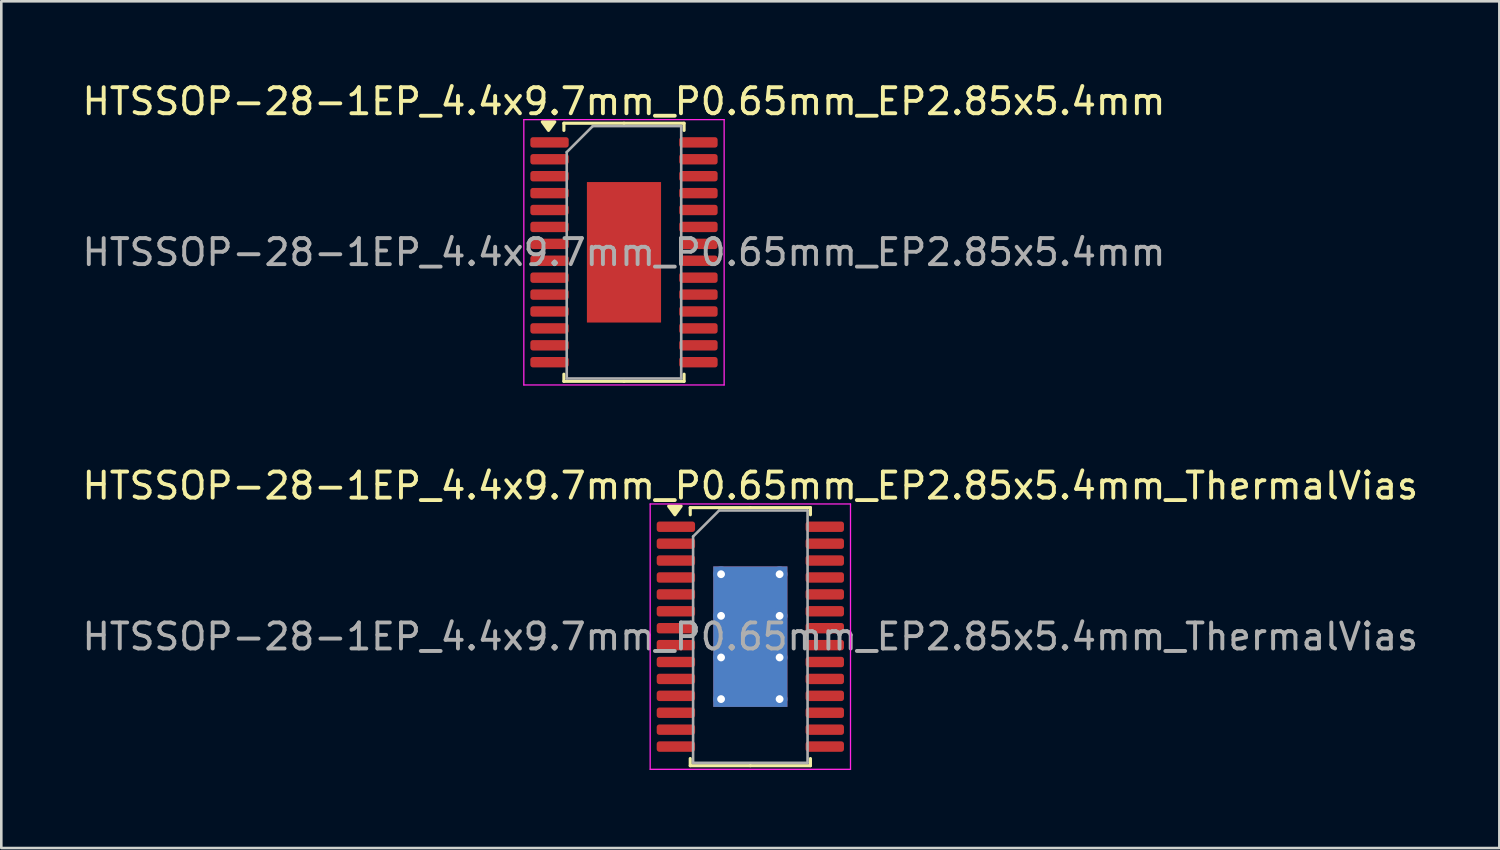
<source format=kicad_pcb>
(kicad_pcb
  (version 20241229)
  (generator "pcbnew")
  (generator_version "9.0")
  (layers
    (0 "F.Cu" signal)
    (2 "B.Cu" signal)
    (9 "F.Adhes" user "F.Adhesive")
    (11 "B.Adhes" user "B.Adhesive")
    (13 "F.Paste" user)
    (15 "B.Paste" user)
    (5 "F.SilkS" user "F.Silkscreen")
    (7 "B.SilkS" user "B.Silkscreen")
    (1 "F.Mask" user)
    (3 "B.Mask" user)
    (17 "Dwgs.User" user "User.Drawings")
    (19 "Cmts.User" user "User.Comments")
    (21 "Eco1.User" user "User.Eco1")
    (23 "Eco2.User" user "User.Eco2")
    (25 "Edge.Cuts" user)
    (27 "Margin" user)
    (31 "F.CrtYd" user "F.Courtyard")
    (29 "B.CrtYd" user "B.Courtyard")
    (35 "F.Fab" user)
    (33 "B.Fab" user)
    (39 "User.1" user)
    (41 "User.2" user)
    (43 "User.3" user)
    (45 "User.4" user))
  (footprint "HTSSOP-28-1EP_4.4x9.7mm_P0.65mm_EP2.85x5.4mm_ThermalVias"
    (layer "F.Cu")
    (at 25.792 21.422)
    (property "Reference" "HTSSOP-28-1EP_4.4x9.7mm_P0.65mm_EP2.85x5.4mm_ThermalVias" (at 0 -5.8 0) (layer "F.SilkS") (effects (font (size 1 1) (thickness 0.15))))
    (attr smd)
    (fp_line (start -2.31 -4.96) (end -2.31 -4.685) (stroke (width 0.12) (type solid)) (layer "F.SilkS"))
    (fp_line (start -2.31 4.96) (end -2.31 4.685) (stroke (width 0.12) (type solid)) (layer "F.SilkS"))
    (fp_line (start 0 -4.96) (end -2.31 -4.96) (stroke (width 0.12) (type solid)) (layer "F.SilkS"))
    (fp_line (start 0 -4.96) (end 2.31 -4.96) (stroke (width 0.12) (type solid)) (layer "F.SilkS"))
    (fp_line (start 0 4.96) (end -2.31 4.96) (stroke (width 0.12) (type solid)) (layer "F.SilkS"))
    (fp_line (start 0 4.96) (end 2.31 4.96) (stroke (width 0.12) (type solid)) (layer "F.SilkS"))
    (fp_line (start 2.31 -4.96) (end 2.31 -4.685) (stroke (width 0.12) (type solid)) (layer "F.SilkS"))
    (fp_line (start 2.31 4.96) (end 2.31 4.685) (stroke (width 0.12) (type solid)) (layer "F.SilkS"))
    (fp_poly (pts (xy -2.9 -4.685) (xy -3.14 -5.015) (xy -2.66 -5.015) (xy -2.9 -4.685)) (stroke (width 0.12) (type solid)) (fill yes) (layer "F.SilkS"))
    (fp_line (start -3.85 -5.1) (end -3.85 5.1) (stroke (width 0.05) (type solid)) (layer "F.CrtYd"))
    (fp_line (start -3.85 5.1) (end 3.85 5.1) (stroke (width 0.05) (type solid)) (layer "F.CrtYd"))
    (fp_line (start 3.85 -5.1) (end -3.85 -5.1) (stroke (width 0.05) (type solid)) (layer "F.CrtYd"))
    (fp_line (start 3.85 5.1) (end 3.85 -5.1) (stroke (width 0.05) (type solid)) (layer "F.CrtYd"))
    (fp_line (start -2.2 -3.85) (end -1.2 -4.85) (stroke (width 0.1) (type solid)) (layer "F.Fab"))
    (fp_line (start -2.2 4.85) (end -2.2 -3.85) (stroke (width 0.1) (type solid)) (layer "F.Fab"))
    (fp_line (start -1.2 -4.85) (end 2.2 -4.85) (stroke (width 0.1) (type solid)) (layer "F.Fab"))
    (fp_line (start 2.2 -4.85) (end 2.2 4.85) (stroke (width 0.1) (type solid)) (layer "F.Fab"))
    (fp_line (start 2.2 4.85) (end -2.2 4.85) (stroke (width 0.1) (type solid)) (layer "F.Fab"))
    (fp_text user "${REFERENCE}" (at 0 0 0) (layer "F.Fab") (effects (font (size 1 1) (thickness 0.15))))
    (pad "" smd roundrect (at 0 -1.8) (size 2.3 1.45) (layers "F.Paste") (roundrect_rratio 0.172))
    (pad "" smd roundrect (at 0 0) (size 2.3 1.45) (layers "F.Paste") (roundrect_rratio 0.172))
    (pad "" smd roundrect (at 0 1.8) (size 2.3 1.45) (layers "F.Paste") (roundrect_rratio 0.172))
    (pad "1" smd roundrect (at -2.862 -4.225) (size 1.475 0.4) (layers "F.Cu" "F.Mask" "F.Paste") (roundrect_rratio 0.25))
    (pad "2" smd roundrect (at -2.862 -3.575) (size 1.475 0.4) (layers "F.Cu" "F.Mask" "F.Paste") (roundrect_rratio 0.25))
    (pad "3" smd roundrect (at -2.862 -2.925) (size 1.475 0.4) (layers "F.Cu" "F.Mask" "F.Paste") (roundrect_rratio 0.25))
    (pad "4" smd roundrect (at -2.862 -2.275) (size 1.475 0.4) (layers "F.Cu" "F.Mask" "F.Paste") (roundrect_rratio 0.25))
    (pad "5" smd roundrect (at -2.862 -1.625) (size 1.475 0.4) (layers "F.Cu" "F.Mask" "F.Paste") (roundrect_rratio 0.25))
    (pad "6" smd roundrect (at -2.862 -0.975) (size 1.475 0.4) (layers "F.Cu" "F.Mask" "F.Paste") (roundrect_rratio 0.25))
    (pad "7" smd roundrect (at -2.862 -0.325) (size 1.475 0.4) (layers "F.Cu" "F.Mask" "F.Paste") (roundrect_rratio 0.25))
    (pad "8" smd roundrect (at -2.862 0.325) (size 1.475 0.4) (layers "F.Cu" "F.Mask" "F.Paste") (roundrect_rratio 0.25))
    (pad "9" smd roundrect (at -2.862 0.975) (size 1.475 0.4) (layers "F.Cu" "F.Mask" "F.Paste") (roundrect_rratio 0.25))
    (pad "10" smd roundrect (at -2.862 1.625) (size 1.475 0.4) (layers "F.Cu" "F.Mask" "F.Paste") (roundrect_rratio 0.25))
    (pad "11" smd roundrect (at -2.862 2.275) (size 1.475 0.4) (layers "F.Cu" "F.Mask" "F.Paste") (roundrect_rratio 0.25))
    (pad "12" smd roundrect (at -2.862 2.925) (size 1.475 0.4) (layers "F.Cu" "F.Mask" "F.Paste") (roundrect_rratio 0.25))
    (pad "13" smd roundrect (at -2.862 3.575) (size 1.475 0.4) (layers "F.Cu" "F.Mask" "F.Paste") (roundrect_rratio 0.25))
    (pad "14" smd roundrect (at -2.862 4.225) (size 1.475 0.4) (layers "F.Cu" "F.Mask" "F.Paste") (roundrect_rratio 0.25))
    (pad "15" smd roundrect (at 2.862 4.225) (size 1.475 0.4) (layers "F.Cu" "F.Mask" "F.Paste") (roundrect_rratio 0.25))
    (pad "16" smd roundrect (at 2.862 3.575) (size 1.475 0.4) (layers "F.Cu" "F.Mask" "F.Paste") (roundrect_rratio 0.25))
    (pad "17" smd roundrect (at 2.862 2.925) (size 1.475 0.4) (layers "F.Cu" "F.Mask" "F.Paste") (roundrect_rratio 0.25))
    (pad "18" smd roundrect (at 2.862 2.275) (size 1.475 0.4) (layers "F.Cu" "F.Mask" "F.Paste") (roundrect_rratio 0.25))
    (pad "19" smd roundrect (at 2.862 1.625) (size 1.475 0.4) (layers "F.Cu" "F.Mask" "F.Paste") (roundrect_rratio 0.25))
    (pad "20" smd roundrect (at 2.862 0.975) (size 1.475 0.4) (layers "F.Cu" "F.Mask" "F.Paste") (roundrect_rratio 0.25))
    (pad "21" smd roundrect (at 2.862 0.325) (size 1.475 0.4) (layers "F.Cu" "F.Mask" "F.Paste") (roundrect_rratio 0.25))
    (pad "22" smd roundrect (at 2.862 -0.325) (size 1.475 0.4) (layers "F.Cu" "F.Mask" "F.Paste") (roundrect_rratio 0.25))
    (pad "23" smd roundrect (at 2.862 -0.975) (size 1.475 0.4) (layers "F.Cu" "F.Mask" "F.Paste") (roundrect_rratio 0.25))
    (pad "24" smd roundrect (at 2.862 -1.625) (size 1.475 0.4) (layers "F.Cu" "F.Mask" "F.Paste") (roundrect_rratio 0.25))
    (pad "25" smd roundrect (at 2.862 -2.275) (size 1.475 0.4) (layers "F.Cu" "F.Mask" "F.Paste") (roundrect_rratio 0.25))
    (pad "26" smd roundrect (at 2.862 -2.925) (size 1.475 0.4) (layers "F.Cu" "F.Mask" "F.Paste") (roundrect_rratio 0.25))
    (pad "27" smd roundrect (at 2.862 -3.575) (size 1.475 0.4) (layers "F.Cu" "F.Mask" "F.Paste") (roundrect_rratio 0.25))
    (pad "28" smd roundrect (at 2.862 -4.225) (size 1.475 0.4) (layers "F.Cu" "F.Mask" "F.Paste") (roundrect_rratio 0.25))
    (pad "29" thru_hole circle (at -1.125 -2.4) (size 0.6 0.6) (drill 0.3) (property pad_prop_heatsink) (layers "*.Cu"))
    (pad "29" thru_hole circle (at -1.125 -0.8) (size 0.6 0.6) (drill 0.3) (property pad_prop_heatsink) (layers "*.Cu"))
    (pad "29" thru_hole circle (at -1.125 0.8) (size 0.6 0.6) (drill 0.3) (property pad_prop_heatsink) (layers "*.Cu"))
    (pad "29" thru_hole circle (at -1.125 2.4) (size 0.6 0.6) (drill 0.3) (property pad_prop_heatsink) (layers "*.Cu"))
    (pad "29" smd rect (at 0 0) (size 2.85 5.4) (property pad_prop_heatsink) (layers "F.Cu" "F.Mask"))
    (pad "29" smd rect (at 0 0) (size 2.85 5.4) (property pad_prop_heatsink) (layers "B.Cu"))
    (pad "29" thru_hole circle (at 1.125 -2.4) (size 0.6 0.6) (drill 0.3) (property pad_prop_heatsink) (layers "*.Cu"))
    (pad "29" thru_hole circle (at 1.125 -0.8) (size 0.6 0.6) (drill 0.3) (property pad_prop_heatsink) (layers "*.Cu"))
    (pad "29" thru_hole circle (at 1.125 0.8) (size 0.6 0.6) (drill 0.3) (property pad_prop_heatsink) (layers "*.Cu"))
    (pad "29" thru_hole circle (at 1.125 2.4) (size 0.6 0.6) (drill 0.3) (property pad_prop_heatsink) (layers "*.Cu")))
  (footprint "HTSSOP-28-1EP_4.4x9.7mm_P0.65mm_EP2.85x5.4mm"
    (layer "F.Cu")
    (at 20.935 6.648)
    (property "Reference" "HTSSOP-28-1EP_4.4x9.7mm_P0.65mm_EP2.85x5.4mm" (at 0 -5.8 0) (layer "F.SilkS") (effects (font (size 1 1) (thickness 0.15))))
    (attr smd)
    (fp_line (start -2.31 -4.96) (end -2.31 -4.685) (stroke (width 0.12) (type solid)) (layer "F.SilkS"))
    (fp_line (start -2.31 4.96) (end -2.31 4.685) (stroke (width 0.12) (type solid)) (layer "F.SilkS"))
    (fp_line (start 0 -4.96) (end -2.31 -4.96) (stroke (width 0.12) (type solid)) (layer "F.SilkS"))
    (fp_line (start 0 -4.96) (end 2.31 -4.96) (stroke (width 0.12) (type solid)) (layer "F.SilkS"))
    (fp_line (start 0 4.96) (end -2.31 4.96) (stroke (width 0.12) (type solid)) (layer "F.SilkS"))
    (fp_line (start 0 4.96) (end 2.31 4.96) (stroke (width 0.12) (type solid)) (layer "F.SilkS"))
    (fp_line (start 2.31 -4.96) (end 2.31 -4.685) (stroke (width 0.12) (type solid)) (layer "F.SilkS"))
    (fp_line (start 2.31 4.96) (end 2.31 4.685) (stroke (width 0.12) (type solid)) (layer "F.SilkS"))
    (fp_poly (pts (xy -2.9 -4.685) (xy -3.14 -5.015) (xy -2.66 -5.015) (xy -2.9 -4.685)) (stroke (width 0.12) (type solid)) (fill yes) (layer "F.SilkS"))
    (fp_line (start -3.85 -5.1) (end -3.85 5.1) (stroke (width 0.05) (type solid)) (layer "F.CrtYd"))
    (fp_line (start -3.85 5.1) (end 3.85 5.1) (stroke (width 0.05) (type solid)) (layer "F.CrtYd"))
    (fp_line (start 3.85 -5.1) (end -3.85 -5.1) (stroke (width 0.05) (type solid)) (layer "F.CrtYd"))
    (fp_line (start 3.85 5.1) (end 3.85 -5.1) (stroke (width 0.05) (type solid)) (layer "F.CrtYd"))
    (fp_line (start -2.2 -3.85) (end -1.2 -4.85) (stroke (width 0.1) (type solid)) (layer "F.Fab"))
    (fp_line (start -2.2 4.85) (end -2.2 -3.85) (stroke (width 0.1) (type solid)) (layer "F.Fab"))
    (fp_line (start -1.2 -4.85) (end 2.2 -4.85) (stroke (width 0.1) (type solid)) (layer "F.Fab"))
    (fp_line (start 2.2 -4.85) (end 2.2 4.85) (stroke (width 0.1) (type solid)) (layer "F.Fab"))
    (fp_line (start 2.2 4.85) (end -2.2 4.85) (stroke (width 0.1) (type solid)) (layer "F.Fab"))
    (fp_text user "${REFERENCE}" (at 0 0 0) (layer "F.Fab") (effects (font (size 1 1) (thickness 0.15))))
    (pad "" smd roundrect (at 0 0) (size 2.3 4.35) (layers "F.Paste") (roundrect_rratio 0.109))
    (pad "1" smd roundrect (at -2.862 -4.225) (size 1.475 0.4) (layers "F.Cu" "F.Mask" "F.Paste") (roundrect_rratio 0.25))
    (pad "2" smd roundrect (at -2.862 -3.575) (size 1.475 0.4) (layers "F.Cu" "F.Mask" "F.Paste") (roundrect_rratio 0.25))
    (pad "3" smd roundrect (at -2.862 -2.925) (size 1.475 0.4) (layers "F.Cu" "F.Mask" "F.Paste") (roundrect_rratio 0.25))
    (pad "4" smd roundrect (at -2.862 -2.275) (size 1.475 0.4) (layers "F.Cu" "F.Mask" "F.Paste") (roundrect_rratio 0.25))
    (pad "5" smd roundrect (at -2.862 -1.625) (size 1.475 0.4) (layers "F.Cu" "F.Mask" "F.Paste") (roundrect_rratio 0.25))
    (pad "6" smd roundrect (at -2.862 -0.975) (size 1.475 0.4) (layers "F.Cu" "F.Mask" "F.Paste") (roundrect_rratio 0.25))
    (pad "7" smd roundrect (at -2.862 -0.325) (size 1.475 0.4) (layers "F.Cu" "F.Mask" "F.Paste") (roundrect_rratio 0.25))
    (pad "8" smd roundrect (at -2.862 0.325) (size 1.475 0.4) (layers "F.Cu" "F.Mask" "F.Paste") (roundrect_rratio 0.25))
    (pad "9" smd roundrect (at -2.862 0.975) (size 1.475 0.4) (layers "F.Cu" "F.Mask" "F.Paste") (roundrect_rratio 0.25))
    (pad "10" smd roundrect (at -2.862 1.625) (size 1.475 0.4) (layers "F.Cu" "F.Mask" "F.Paste") (roundrect_rratio 0.25))
    (pad "11" smd roundrect (at -2.862 2.275) (size 1.475 0.4) (layers "F.Cu" "F.Mask" "F.Paste") (roundrect_rratio 0.25))
    (pad "12" smd roundrect (at -2.862 2.925) (size 1.475 0.4) (layers "F.Cu" "F.Mask" "F.Paste") (roundrect_rratio 0.25))
    (pad "13" smd roundrect (at -2.862 3.575) (size 1.475 0.4) (layers "F.Cu" "F.Mask" "F.Paste") (roundrect_rratio 0.25))
    (pad "14" smd roundrect (at -2.862 4.225) (size 1.475 0.4) (layers "F.Cu" "F.Mask" "F.Paste") (roundrect_rratio 0.25))
    (pad "15" smd roundrect (at 2.862 4.225) (size 1.475 0.4) (layers "F.Cu" "F.Mask" "F.Paste") (roundrect_rratio 0.25))
    (pad "16" smd roundrect (at 2.862 3.575) (size 1.475 0.4) (layers "F.Cu" "F.Mask" "F.Paste") (roundrect_rratio 0.25))
    (pad "17" smd roundrect (at 2.862 2.925) (size 1.475 0.4) (layers "F.Cu" "F.Mask" "F.Paste") (roundrect_rratio 0.25))
    (pad "18" smd roundrect (at 2.862 2.275) (size 1.475 0.4) (layers "F.Cu" "F.Mask" "F.Paste") (roundrect_rratio 0.25))
    (pad "19" smd roundrect (at 2.862 1.625) (size 1.475 0.4) (layers "F.Cu" "F.Mask" "F.Paste") (roundrect_rratio 0.25))
    (pad "20" smd roundrect (at 2.862 0.975) (size 1.475 0.4) (layers "F.Cu" "F.Mask" "F.Paste") (roundrect_rratio 0.25))
    (pad "21" smd roundrect (at 2.862 0.325) (size 1.475 0.4) (layers "F.Cu" "F.Mask" "F.Paste") (roundrect_rratio 0.25))
    (pad "22" smd roundrect (at 2.862 -0.325) (size 1.475 0.4) (layers "F.Cu" "F.Mask" "F.Paste") (roundrect_rratio 0.25))
    (pad "23" smd roundrect (at 2.862 -0.975) (size 1.475 0.4) (layers "F.Cu" "F.Mask" "F.Paste") (roundrect_rratio 0.25))
    (pad "24" smd roundrect (at 2.862 -1.625) (size 1.475 0.4) (layers "F.Cu" "F.Mask" "F.Paste") (roundrect_rratio 0.25))
    (pad "25" smd roundrect (at 2.862 -2.275) (size 1.475 0.4) (layers "F.Cu" "F.Mask" "F.Paste") (roundrect_rratio 0.25))
    (pad "26" smd roundrect (at 2.862 -2.925) (size 1.475 0.4) (layers "F.Cu" "F.Mask" "F.Paste") (roundrect_rratio 0.25))
    (pad "27" smd roundrect (at 2.862 -3.575) (size 1.475 0.4) (layers "F.Cu" "F.Mask" "F.Paste") (roundrect_rratio 0.25))
    (pad "28" smd roundrect (at 2.862 -4.225) (size 1.475 0.4) (layers "F.Cu" "F.Mask" "F.Paste") (roundrect_rratio 0.25))
    (pad "29" smd rect (at 0 0) (size 2.85 5.4) (property pad_prop_heatsink) (layers "F.Cu" "F.Mask")))
  (gr_rect
    (start -3 -3)
    (end 54.583 29.547)
    (stroke (width 0.1) (type default))
    (fill no)
    (layer "Edge.Cuts")))
</source>
